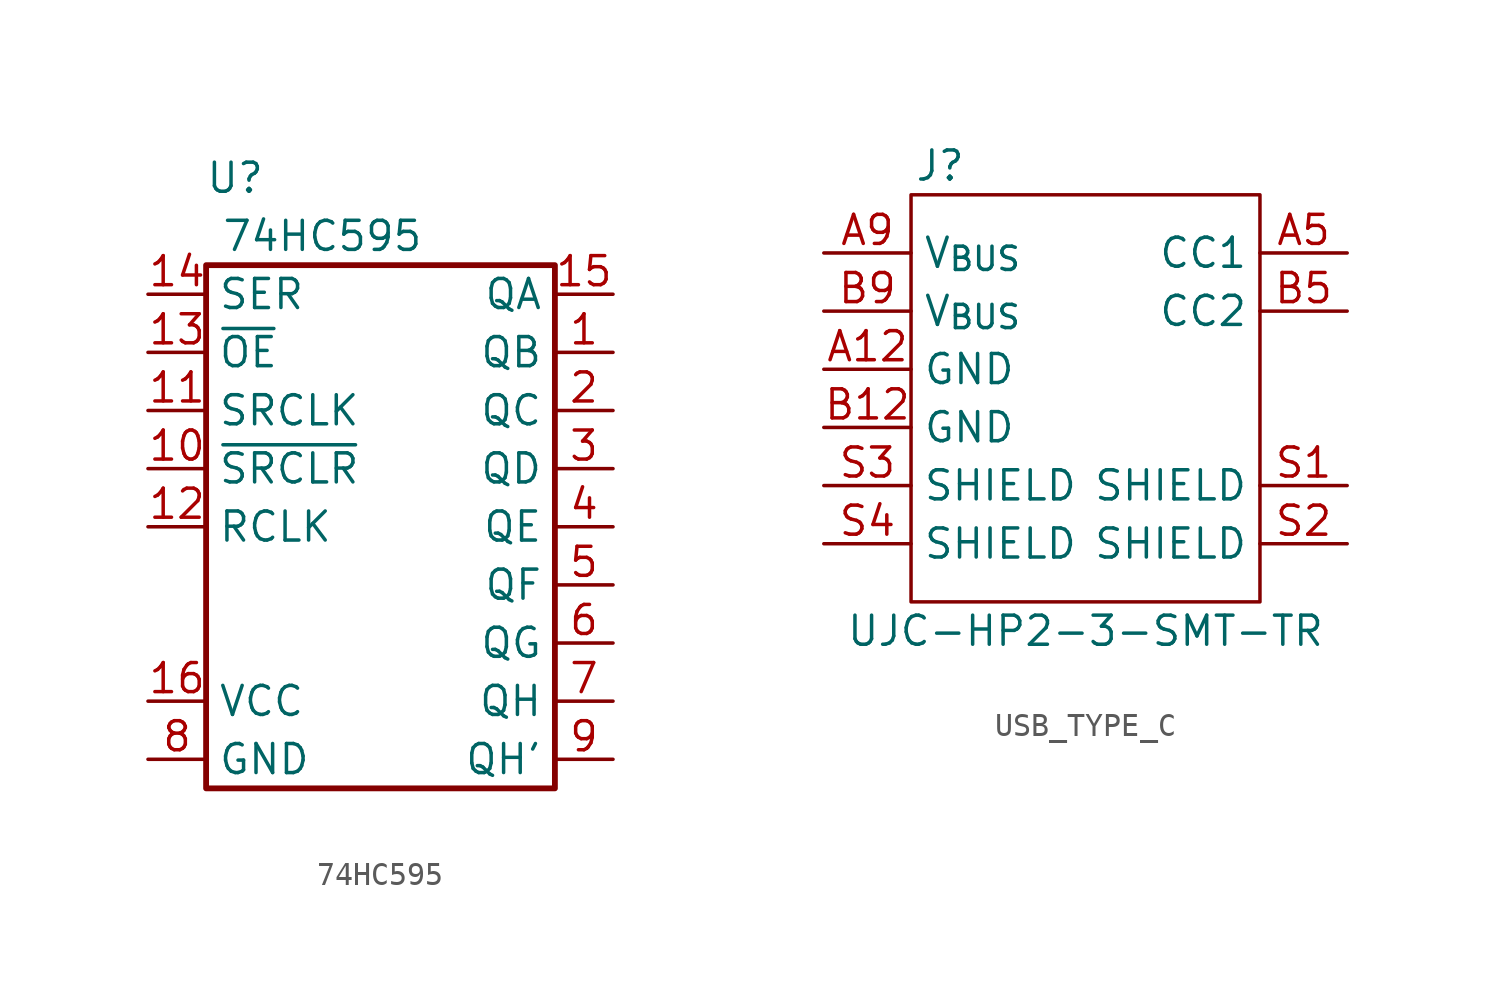
<source format=kicad_sym>
(kicad_symbol_lib
  (version 20220914)
  (generator kicad_symbol_editor)
  (symbol "74HC595"
    (property "Reference" "U"
      (at -6.35 15.24 0)
      (effects (font (size 1.27 1.27))))
    (property "Value" "74HC595"
      (at -2.54 12.7 0)
      (effects (font (size 1.27 1.27))))
    (symbol "74HC595_1_0"
      (pin output line (at 10.16 7.62 180) (length 2.54) (name "QB" (effects (font (size 1.27 1.27)))) (number "1" (effects (font (size 1.27 1.27)))))
      (pin input line (at -10.16 2.54 0) (length 2.54) (name "~{SRCLR}" (effects (font (size 1.27 1.27)))) (number "10" (effects (font (size 1.27 1.27)))))
      (pin input line (at -10.16 5.08 0) (length 2.54) (name "SRCLK" (effects (font (size 1.27 1.27)))) (number "11" (effects (font (size 1.27 1.27)))))
      (pin input line (at -10.16 0 0) (length 2.54) (name "RCLK" (effects (font (size 1.27 1.27)))) (number "12" (effects (font (size 1.27 1.27)))))
      (pin input line (at -10.16 7.62 0) (length 2.54) (name "~{OE}" (effects (font (size 1.27 1.27)))) (number "13" (effects (font (size 1.27 1.27)))))
      (pin input line (at -10.16 10.16 0) (length 2.54) (name "SER" (effects (font (size 1.27 1.27)))) (number "14" (effects (font (size 1.27 1.27)))))
      (pin output line (at 10.16 10.16 180) (length 2.54) (name "QA" (effects (font (size 1.27 1.27)))) (number "15" (effects (font (size 1.27 1.27)))))
      (pin power_in line (at -10.16 -7.62 0) (length 2.54) (name "VCC" (effects (font (size 1.27 1.27)))) (number "16" (effects (font (size 1.27 1.27)))))
      (pin output line (at 10.16 5.08 180) (length 2.54) (name "QC" (effects (font (size 1.27 1.27)))) (number "2" (effects (font (size 1.27 1.27)))))
      (pin output line (at 10.16 2.54 180) (length 2.54) (name "QD" (effects (font (size 1.27 1.27)))) (number "3" (effects (font (size 1.27 1.27)))))
      (pin output line (at 10.16 0 180) (length 2.54) (name "QE" (effects (font (size 1.27 1.27)))) (number "4" (effects (font (size 1.27 1.27)))))
      (pin output line (at 10.16 -2.54 180) (length 2.54) (name "QF" (effects (font (size 1.27 1.27)))) (number "5" (effects (font (size 1.27 1.27)))))
      (pin output line (at 10.16 -5.08 180) (length 2.54) (name "QG" (effects (font (size 1.27 1.27)))) (number "6" (effects (font (size 1.27 1.27)))))
      (pin output line (at 10.16 -7.62 180) (length 2.54) (name "QH" (effects (font (size 1.27 1.27)))) (number "7" (effects (font (size 1.27 1.27)))))
      (pin power_in line (at -10.16 -10.16 0) (length 2.54) (name "GND" (effects (font (size 1.27 1.27)))) (number "8" (effects (font (size 1.27 1.27)))))
      (pin output line (at 10.16 -10.16 180) (length 2.54) (name "QH'" (effects (font (size 1.27 1.27)))) (number "9" (effects (font (size 1.27 1.27))))))
    (symbol "74HC595_1_1"
      (rectangle (start -7.62 11.43) (end 7.62 -11.43) (stroke (width 0.254) (type default)) (fill (type none)))))
  (symbol "USB_TYPE_C"
    (property "Reference" "J"
      (at -6.35 10.16 0)
      (effects (font (size 1.27 1.27))))
    (property "Value" "UJC-HP2-3-SMT-TR"
      (at 0 -10.16 0)
      (effects (font (size 1.27 1.27))))
    (symbol "USB_TYPE_C_0_1"
      (rectangle (start -7.62 8.89) (end 7.62 -8.89) (stroke (width 0) (type default)) (fill (type none))))
    (symbol "USB_TYPE_C_1_1"
      (pin power_out line (at -11.43 1.27 0) (length 3.81) (name "GND" (effects (font (size 1.27 1.27)))) (number "A12" (effects (font (size 1.27 1.27)))))
      (pin passive line (at 11.43 6.35 180) (length 3.81) (name "CC1" (effects (font (size 1.27 1.27)))) (number "A5" (effects (font (size 1.27 1.27)))))
      (pin power_out line (at -11.43 6.35 0) (length 3.81) (name "V_{BUS}" (effects (font (size 1.27 1.27)))) (number "A9" (effects (font (size 1.27 1.27)))))
      (pin power_out line (at -11.43 -1.27 0) (length 3.81) (name "GND" (effects (font (size 1.27 1.27)))) (number "B12" (effects (font (size 1.27 1.27)))))
      (pin passive line (at 11.43 3.81 180) (length 3.81) (name "CC2" (effects (font (size 1.27 1.27)))) (number "B5" (effects (font (size 1.27 1.27)))))
      (pin power_out line (at -11.43 3.81 0) (length 3.81) (name "V_{BUS}" (effects (font (size 1.27 1.27)))) (number "B9" (effects (font (size 1.27 1.27)))))
      (pin passive line (at 11.43 -3.81 180) (length 3.81) (name "SHIELD" (effects (font (size 1.27 1.27)))) (number "S1" (effects (font (size 1.27 1.27)))))
      (pin passive line (at 11.43 -6.35 180) (length 3.81) (name "SHIELD" (effects (font (size 1.27 1.27)))) (number "S2" (effects (font (size 1.27 1.27)))))
      (pin passive line (at -11.43 -3.81 0) (length 3.81) (name "SHIELD" (effects (font (size 1.27 1.27)))) (number "S3" (effects (font (size 1.27 1.27)))))
      (pin passive line (at -11.43 -6.35 0) (length 3.81) (name "SHIELD" (effects (font (size 1.27 1.27)))) (number "S4" (effects (font (size 1.27 1.27))))))))
</source>
